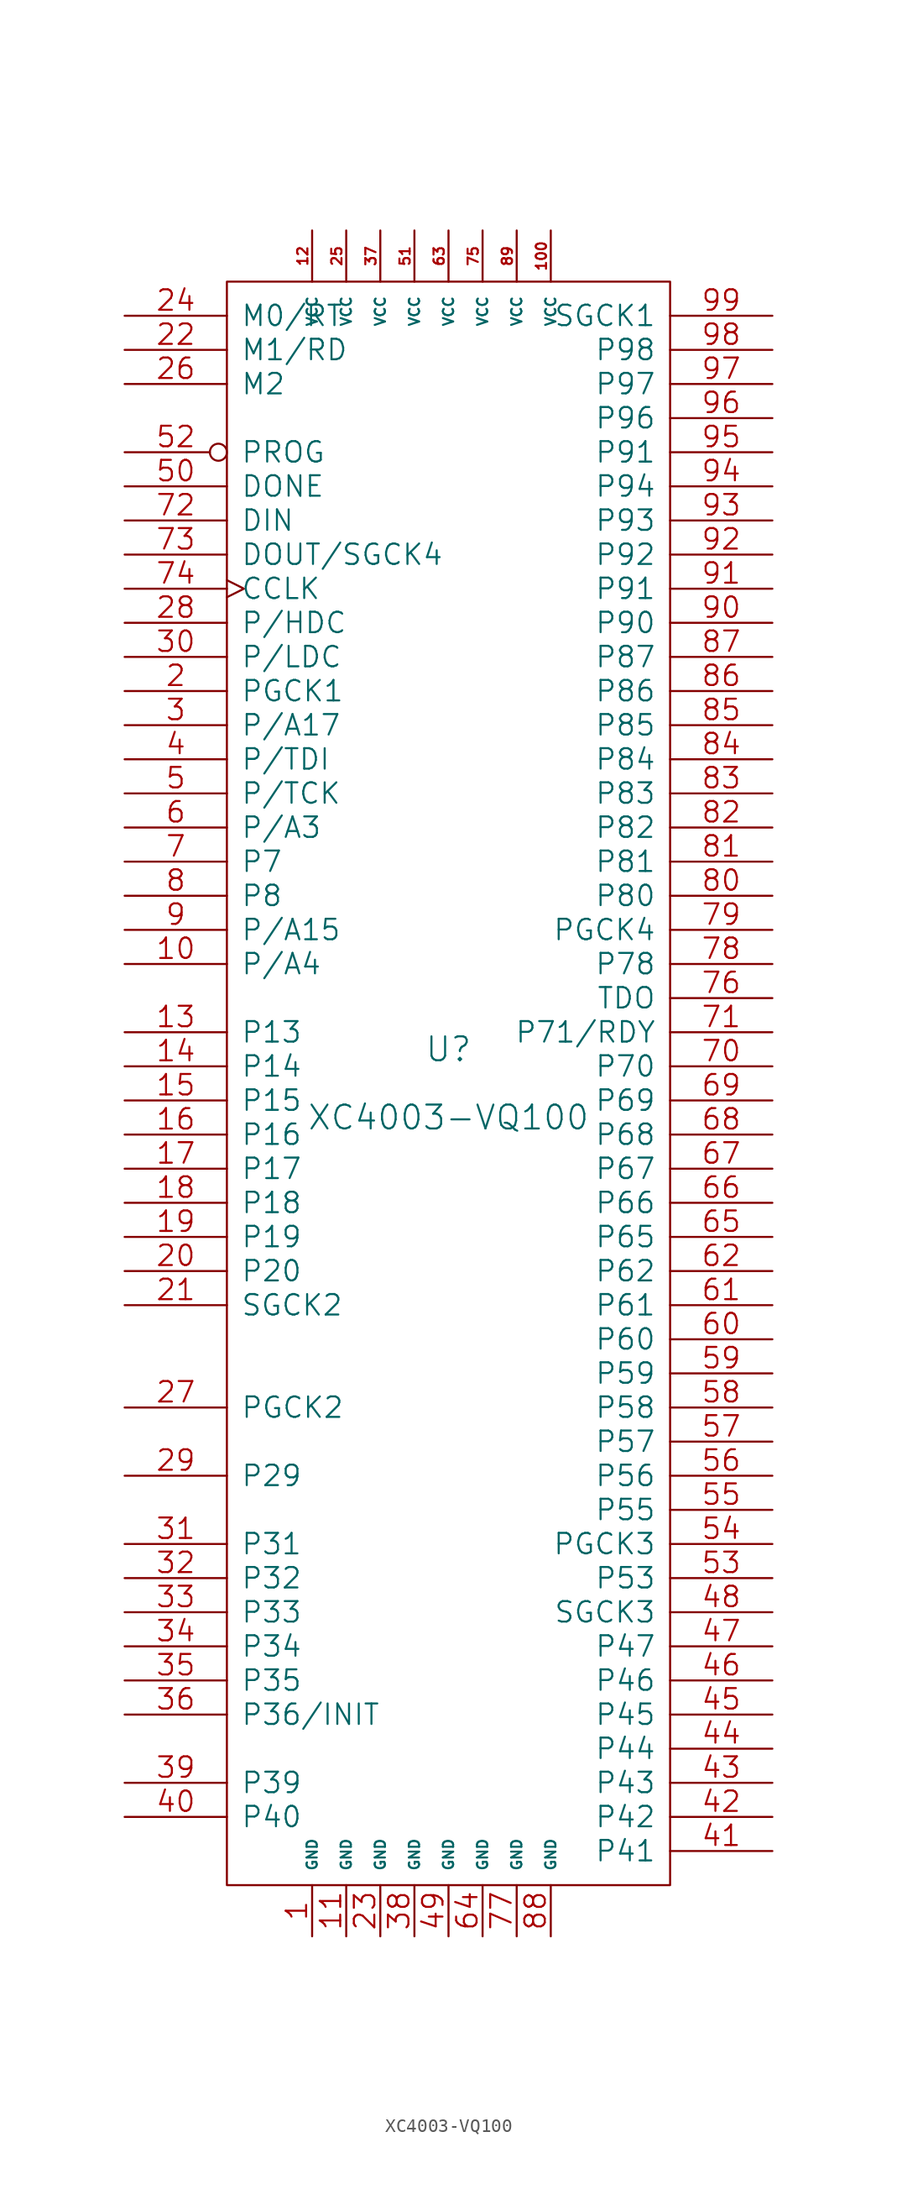
<source format=kicad_sym>
(kicad_symbol_lib
  (version 20231120)
  (generator "kicad_symbol_editor")
  (generator_version "8.0")
  (symbol "XC4003-VQ100"
    (pin_names
      (offset 1.016))
    (property "Reference" "U"
      (at 0 2.54 0)
      (effects (font (size 1.778 1.778))))
    (property "Value" "XC4003-VQ100"
      (at 0 -2.54 0)
      (effects (font (size 1.778 1.778))))
    (property "Footprint" ""
      (at 0 0 0)
      (effects (font (size 1.524 1.524))))
    (property "Datasheet" ""
      (at 0 0 0)
      (effects (font (size 1.524 1.524))))
    (symbol "XC4003-VQ100_0_1"
      (rectangle (start -16.51 -59.69) (end 16.51 59.69) (stroke (width 0) (type default)) (fill (type none))))
    (symbol "XC4003-VQ100_1_1"
      (pin power_in line (at -10.16 -63.5 90) (length 3.81) (name "GND" (effects (font (size 0.762 0.762)))) (number "1" (effects (font (size 1.524 1.524)))))
      (pin passive line (at -24.13 8.89 0) (length 7.62) (name "P/A4" (effects (font (size 1.524 1.524)))) (number "10" (effects (font (size 1.524 1.524)))))
      (pin power_in line (at 7.62 63.5 270) (length 3.81) (name "VCC" (effects (font (size 0.762 0.762)))) (number "100" (effects (font (size 0.762 0.762)))))
      (pin power_in line (at -7.62 -63.5 90) (length 3.81) (name "GND" (effects (font (size 0.762 0.762)))) (number "11" (effects (font (size 1.524 1.524)))))
      (pin power_in line (at -10.16 63.5 270) (length 3.81) (name "VCC" (effects (font (size 0.762 0.762)))) (number "12" (effects (font (size 0.762 0.762)))))
      (pin bidirectional line (at -24.13 3.81 0) (length 7.62) (name "P13" (effects (font (size 1.524 1.524)))) (number "13" (effects (font (size 1.524 1.524)))))
      (pin passive line (at -24.13 1.27 0) (length 7.62) (name "P14" (effects (font (size 1.524 1.524)))) (number "14" (effects (font (size 1.524 1.524)))))
      (pin passive line (at -24.13 -1.27 0) (length 7.62) (name "P15" (effects (font (size 1.524 1.524)))) (number "15" (effects (font (size 1.524 1.524)))))
      (pin passive line (at -24.13 -3.81 0) (length 7.62) (name "P16" (effects (font (size 1.524 1.524)))) (number "16" (effects (font (size 1.524 1.524)))))
      (pin passive line (at -24.13 -6.35 0) (length 7.62) (name "P17" (effects (font (size 1.524 1.524)))) (number "17" (effects (font (size 1.524 1.524)))))
      (pin passive line (at -24.13 -8.89 0) (length 7.62) (name "P18" (effects (font (size 1.524 1.524)))) (number "18" (effects (font (size 1.524 1.524)))))
      (pin passive line (at -24.13 -11.43 0) (length 7.62) (name "P19" (effects (font (size 1.524 1.524)))) (number "19" (effects (font (size 1.524 1.524)))))
      (pin passive line (at -24.13 29.21 0) (length 7.62) (name "PGCK1" (effects (font (size 1.524 1.524)))) (number "2" (effects (font (size 1.524 1.524)))))
      (pin passive line (at -24.13 -13.97 0) (length 7.62) (name "P20" (effects (font (size 1.524 1.524)))) (number "20" (effects (font (size 1.524 1.524)))))
      (pin passive line (at -24.13 -16.51 0) (length 7.62) (name "SGCK2" (effects (font (size 1.524 1.524)))) (number "21" (effects (font (size 1.524 1.524)))))
      (pin input line (at -24.13 54.61 0) (length 7.62) (name "M1/RD" (effects (font (size 1.524 1.524)))) (number "22" (effects (font (size 1.524 1.524)))))
      (pin power_in line (at -5.08 -63.5 90) (length 3.81) (name "GND" (effects (font (size 0.762 0.762)))) (number "23" (effects (font (size 1.524 1.524)))))
      (pin input line (at -24.13 57.15 0) (length 7.62) (name "M0/RT" (effects (font (size 1.524 1.524)))) (number "24" (effects (font (size 1.524 1.524)))))
      (pin power_in line (at -7.62 63.5 270) (length 3.81) (name "VCC" (effects (font (size 0.762 0.762)))) (number "25" (effects (font (size 0.762 0.762)))))
      (pin passive line (at -24.13 52.07 0) (length 7.62) (name "M2" (effects (font (size 1.524 1.524)))) (number "26" (effects (font (size 1.524 1.524)))))
      (pin passive line (at -24.13 -24.13 0) (length 7.62) (name "PGCK2" (effects (font (size 1.524 1.524)))) (number "27" (effects (font (size 1.524 1.524)))))
      (pin passive line (at -24.13 34.29 0) (length 7.62) (name "P/HDC" (effects (font (size 1.524 1.524)))) (number "28" (effects (font (size 1.524 1.524)))))
      (pin passive line (at -24.13 -29.21 0) (length 7.62) (name "P29" (effects (font (size 1.524 1.524)))) (number "29" (effects (font (size 1.524 1.524)))))
      (pin passive line (at -24.13 26.67 0) (length 7.62) (name "P/A17" (effects (font (size 1.524 1.524)))) (number "3" (effects (font (size 1.524 1.524)))))
      (pin passive line (at -24.13 31.75 0) (length 7.62) (name "P/LDC" (effects (font (size 1.524 1.524)))) (number "30" (effects (font (size 1.524 1.524)))))
      (pin passive line (at -24.13 -34.29 0) (length 7.62) (name "P31" (effects (font (size 1.524 1.524)))) (number "31" (effects (font (size 1.524 1.524)))))
      (pin passive line (at -24.13 -36.83 0) (length 7.62) (name "P32" (effects (font (size 1.524 1.524)))) (number "32" (effects (font (size 1.524 1.524)))))
      (pin passive line (at -24.13 -39.37 0) (length 7.62) (name "P33" (effects (font (size 1.524 1.524)))) (number "33" (effects (font (size 1.524 1.524)))))
      (pin passive line (at -24.13 -41.91 0) (length 7.62) (name "P34" (effects (font (size 1.524 1.524)))) (number "34" (effects (font (size 1.524 1.524)))))
      (pin passive line (at -24.13 -44.45 0) (length 7.62) (name "P35" (effects (font (size 1.524 1.524)))) (number "35" (effects (font (size 1.524 1.524)))))
      (pin passive line (at -24.13 -46.99 0) (length 7.62) (name "P36/INIT" (effects (font (size 1.524 1.524)))) (number "36" (effects (font (size 1.524 1.524)))))
      (pin power_in line (at -5.08 63.5 270) (length 3.81) (name "VCC" (effects (font (size 0.762 0.762)))) (number "37" (effects (font (size 0.762 0.762)))))
      (pin power_in line (at -2.54 -63.5 90) (length 3.81) (name "GND" (effects (font (size 0.762 0.762)))) (number "38" (effects (font (size 1.524 1.524)))))
      (pin passive line (at -24.13 -52.07 0) (length 7.62) (name "P39" (effects (font (size 1.524 1.524)))) (number "39" (effects (font (size 1.524 1.524)))))
      (pin passive line (at -24.13 24.13 0) (length 7.62) (name "P/TDI" (effects (font (size 1.524 1.524)))) (number "4" (effects (font (size 1.524 1.524)))))
      (pin passive line (at -24.13 -54.61 0) (length 7.62) (name "P40" (effects (font (size 1.524 1.524)))) (number "40" (effects (font (size 1.524 1.524)))))
      (pin passive line (at 24.13 -57.15 180) (length 7.62) (name "P41" (effects (font (size 1.524 1.524)))) (number "41" (effects (font (size 1.524 1.524)))))
      (pin passive line (at 24.13 -54.61 180) (length 7.62) (name "P42" (effects (font (size 1.524 1.524)))) (number "42" (effects (font (size 1.524 1.524)))))
      (pin passive line (at 24.13 -52.07 180) (length 7.62) (name "P43" (effects (font (size 1.524 1.524)))) (number "43" (effects (font (size 1.524 1.524)))))
      (pin passive line (at 24.13 -49.53 180) (length 7.62) (name "P44" (effects (font (size 1.524 1.524)))) (number "44" (effects (font (size 1.524 1.524)))))
      (pin passive line (at 24.13 -46.99 180) (length 7.62) (name "P45" (effects (font (size 1.524 1.524)))) (number "45" (effects (font (size 1.524 1.524)))))
      (pin passive line (at 24.13 -44.45 180) (length 7.62) (name "P46" (effects (font (size 1.524 1.524)))) (number "46" (effects (font (size 1.524 1.524)))))
      (pin passive line (at 24.13 -41.91 180) (length 7.62) (name "P47" (effects (font (size 1.524 1.524)))) (number "47" (effects (font (size 1.524 1.524)))))
      (pin passive line (at 24.13 -39.37 180) (length 7.62) (name "SGCK3" (effects (font (size 1.524 1.524)))) (number "48" (effects (font (size 1.524 1.524)))))
      (pin power_in line (at 0 -63.5 90) (length 3.81) (name "GND" (effects (font (size 0.762 0.762)))) (number "49" (effects (font (size 1.524 1.524)))))
      (pin passive line (at -24.13 21.59 0) (length 7.62) (name "P/TCK" (effects (font (size 1.524 1.524)))) (number "5" (effects (font (size 1.524 1.524)))))
      (pin open_collector line (at -24.13 44.45 0) (length 7.62) (name "DONE" (effects (font (size 1.524 1.524)))) (number "50" (effects (font (size 1.524 1.524)))))
      (pin power_in line (at -2.54 63.5 270) (length 3.81) (name "VCC" (effects (font (size 0.762 0.762)))) (number "51" (effects (font (size 0.762 0.762)))))
      (pin input inverted (at -24.13 46.99 0) (length 7.62) (name "PROG" (effects (font (size 1.524 1.524)))) (number "52" (effects (font (size 1.524 1.524)))))
      (pin bidirectional line (at 24.13 -36.83 180) (length 7.62) (name "P53" (effects (font (size 1.524 1.524)))) (number "53" (effects (font (size 1.524 1.524)))))
      (pin bidirectional line (at 24.13 -34.29 180) (length 7.62) (name "PGCK3" (effects (font (size 1.524 1.524)))) (number "54" (effects (font (size 1.524 1.524)))))
      (pin passive line (at 24.13 -31.75 180) (length 7.62) (name "P55" (effects (font (size 1.524 1.524)))) (number "55" (effects (font (size 1.524 1.524)))))
      (pin bidirectional line (at 24.13 -29.21 180) (length 7.62) (name "P56" (effects (font (size 1.524 1.524)))) (number "56" (effects (font (size 1.524 1.524)))))
      (pin passive line (at 24.13 -26.67 180) (length 7.62) (name "P57" (effects (font (size 1.524 1.524)))) (number "57" (effects (font (size 1.524 1.524)))))
      (pin passive line (at 24.13 -24.13 180) (length 7.62) (name "P58" (effects (font (size 1.524 1.524)))) (number "58" (effects (font (size 1.524 1.524)))))
      (pin passive line (at 24.13 -21.59 180) (length 7.62) (name "P59" (effects (font (size 1.524 1.524)))) (number "59" (effects (font (size 1.524 1.524)))))
      (pin passive line (at -24.13 19.05 0) (length 7.62) (name "P/A3" (effects (font (size 1.524 1.524)))) (number "6" (effects (font (size 1.524 1.524)))))
      (pin passive line (at 24.13 -19.05 180) (length 7.62) (name "P60" (effects (font (size 1.524 1.524)))) (number "60" (effects (font (size 1.524 1.524)))))
      (pin passive line (at 24.13 -16.51 180) (length 7.62) (name "P61" (effects (font (size 1.524 1.524)))) (number "61" (effects (font (size 1.524 1.524)))))
      (pin passive line (at 24.13 -13.97 180) (length 7.62) (name "P62" (effects (font (size 1.524 1.524)))) (number "62" (effects (font (size 1.524 1.524)))))
      (pin power_in line (at 0 63.5 270) (length 3.81) (name "VCC" (effects (font (size 0.762 0.762)))) (number "63" (effects (font (size 0.762 0.762)))))
      (pin power_in line (at 2.54 -63.5 90) (length 3.81) (name "GND" (effects (font (size 0.762 0.762)))) (number "64" (effects (font (size 1.524 1.524)))))
      (pin passive line (at 24.13 -11.43 180) (length 7.62) (name "P65" (effects (font (size 1.524 1.524)))) (number "65" (effects (font (size 1.524 1.524)))))
      (pin passive line (at 24.13 -8.89 180) (length 7.62) (name "P66" (effects (font (size 1.524 1.524)))) (number "66" (effects (font (size 1.524 1.524)))))
      (pin passive line (at 24.13 -6.35 180) (length 7.62) (name "P67" (effects (font (size 1.524 1.524)))) (number "67" (effects (font (size 1.524 1.524)))))
      (pin passive line (at 24.13 -3.81 180) (length 7.62) (name "P68" (effects (font (size 1.524 1.524)))) (number "68" (effects (font (size 1.524 1.524)))))
      (pin passive line (at 24.13 -1.27 180) (length 7.62) (name "P69" (effects (font (size 1.524 1.524)))) (number "69" (effects (font (size 1.524 1.524)))))
      (pin passive line (at -24.13 16.51 0) (length 7.62) (name "P7" (effects (font (size 1.524 1.524)))) (number "7" (effects (font (size 1.524 1.524)))))
      (pin passive line (at 24.13 1.27 180) (length 7.62) (name "P70" (effects (font (size 1.524 1.524)))) (number "70" (effects (font (size 1.524 1.524)))))
      (pin passive line (at 24.13 3.81 180) (length 7.62) (name "P71/RDY" (effects (font (size 1.524 1.524)))) (number "71" (effects (font (size 1.524 1.524)))))
      (pin passive line (at -24.13 41.91 0) (length 7.62) (name "DIN" (effects (font (size 1.524 1.524)))) (number "72" (effects (font (size 1.524 1.524)))))
      (pin passive line (at -24.13 39.37 0) (length 7.62) (name "DOUT/SGCK4" (effects (font (size 1.524 1.524)))) (number "73" (effects (font (size 1.524 1.524)))))
      (pin input clock (at -24.13 36.83 0) (length 7.62) (name "CCLK" (effects (font (size 1.524 1.524)))) (number "74" (effects (font (size 1.524 1.524)))))
      (pin power_in line (at 2.54 63.5 270) (length 3.81) (name "VCC" (effects (font (size 0.762 0.762)))) (number "75" (effects (font (size 0.762 0.762)))))
      (pin output line (at 24.13 6.35 180) (length 7.62) (name "TDO" (effects (font (size 1.524 1.524)))) (number "76" (effects (font (size 1.524 1.524)))))
      (pin power_in line (at 5.08 -63.5 90) (length 3.81) (name "GND" (effects (font (size 0.762 0.762)))) (number "77" (effects (font (size 1.524 1.524)))))
      (pin passive line (at 24.13 8.89 180) (length 7.62) (name "P78" (effects (font (size 1.524 1.524)))) (number "78" (effects (font (size 1.524 1.524)))))
      (pin passive line (at 24.13 11.43 180) (length 7.62) (name "PGCK4" (effects (font (size 1.524 1.524)))) (number "79" (effects (font (size 1.524 1.524)))))
      (pin passive line (at -24.13 13.97 0) (length 7.62) (name "P8" (effects (font (size 1.524 1.524)))) (number "8" (effects (font (size 1.524 1.524)))))
      (pin passive line (at 24.13 13.97 180) (length 7.62) (name "P80" (effects (font (size 1.524 1.524)))) (number "80" (effects (font (size 1.524 1.524)))))
      (pin passive line (at 24.13 16.51 180) (length 7.62) (name "P81" (effects (font (size 1.524 1.524)))) (number "81" (effects (font (size 1.524 1.524)))))
      (pin passive line (at 24.13 19.05 180) (length 7.62) (name "P82" (effects (font (size 1.524 1.524)))) (number "82" (effects (font (size 1.524 1.524)))))
      (pin passive line (at 24.13 21.59 180) (length 7.62) (name "P83" (effects (font (size 1.524 1.524)))) (number "83" (effects (font (size 1.524 1.524)))))
      (pin passive line (at 24.13 24.13 180) (length 7.62) (name "P84" (effects (font (size 1.524 1.524)))) (number "84" (effects (font (size 1.524 1.524)))))
      (pin passive line (at 24.13 26.67 180) (length 7.62) (name "P85" (effects (font (size 1.524 1.524)))) (number "85" (effects (font (size 1.524 1.524)))))
      (pin passive line (at 24.13 29.21 180) (length 7.62) (name "P86" (effects (font (size 1.524 1.524)))) (number "86" (effects (font (size 1.524 1.524)))))
      (pin passive line (at 24.13 31.75 180) (length 7.62) (name "P87" (effects (font (size 1.524 1.524)))) (number "87" (effects (font (size 1.524 1.524)))))
      (pin power_in line (at 7.62 -63.5 90) (length 3.81) (name "GND" (effects (font (size 0.762 0.762)))) (number "88" (effects (font (size 1.524 1.524)))))
      (pin power_in line (at 5.08 63.5 270) (length 3.81) (name "VCC" (effects (font (size 0.762 0.762)))) (number "89" (effects (font (size 0.762 0.762)))))
      (pin passive line (at -24.13 11.43 0) (length 7.62) (name "P/A15" (effects (font (size 1.524 1.524)))) (number "9" (effects (font (size 1.524 1.524)))))
      (pin bidirectional line (at 24.13 34.29 180) (length 7.62) (name "P90" (effects (font (size 1.524 1.524)))) (number "90" (effects (font (size 1.524 1.524)))))
      (pin passive line (at 24.13 36.83 180) (length 7.62) (name "P91" (effects (font (size 1.524 1.524)))) (number "91" (effects (font (size 1.524 1.524)))))
      (pin passive line (at 24.13 39.37 180) (length 7.62) (name "P92" (effects (font (size 1.524 1.524)))) (number "92" (effects (font (size 1.524 1.524)))))
      (pin passive line (at 24.13 41.91 180) (length 7.62) (name "P93" (effects (font (size 1.524 1.524)))) (number "93" (effects (font (size 1.524 1.524)))))
      (pin passive line (at 24.13 44.45 180) (length 7.62) (name "P94" (effects (font (size 1.524 1.524)))) (number "94" (effects (font (size 1.524 1.524)))))
      (pin passive line (at 24.13 46.99 180) (length 7.62) (name "P91" (effects (font (size 1.524 1.524)))) (number "95" (effects (font (size 1.524 1.524)))))
      (pin passive line (at 24.13 49.53 180) (length 7.62) (name "P96" (effects (font (size 1.524 1.524)))) (number "96" (effects (font (size 1.524 1.524)))))
      (pin passive line (at 24.13 52.07 180) (length 7.62) (name "P97" (effects (font (size 1.524 1.524)))) (number "97" (effects (font (size 1.524 1.524)))))
      (pin bidirectional line (at 24.13 54.61 180) (length 7.62) (name "P98" (effects (font (size 1.524 1.524)))) (number "98" (effects (font (size 1.524 1.524)))))
      (pin bidirectional line (at 24.13 57.15 180) (length 7.62) (name "SGCK1" (effects (font (size 1.524 1.524)))) (number "99" (effects (font (size 1.524 1.524))))))))
</source>
